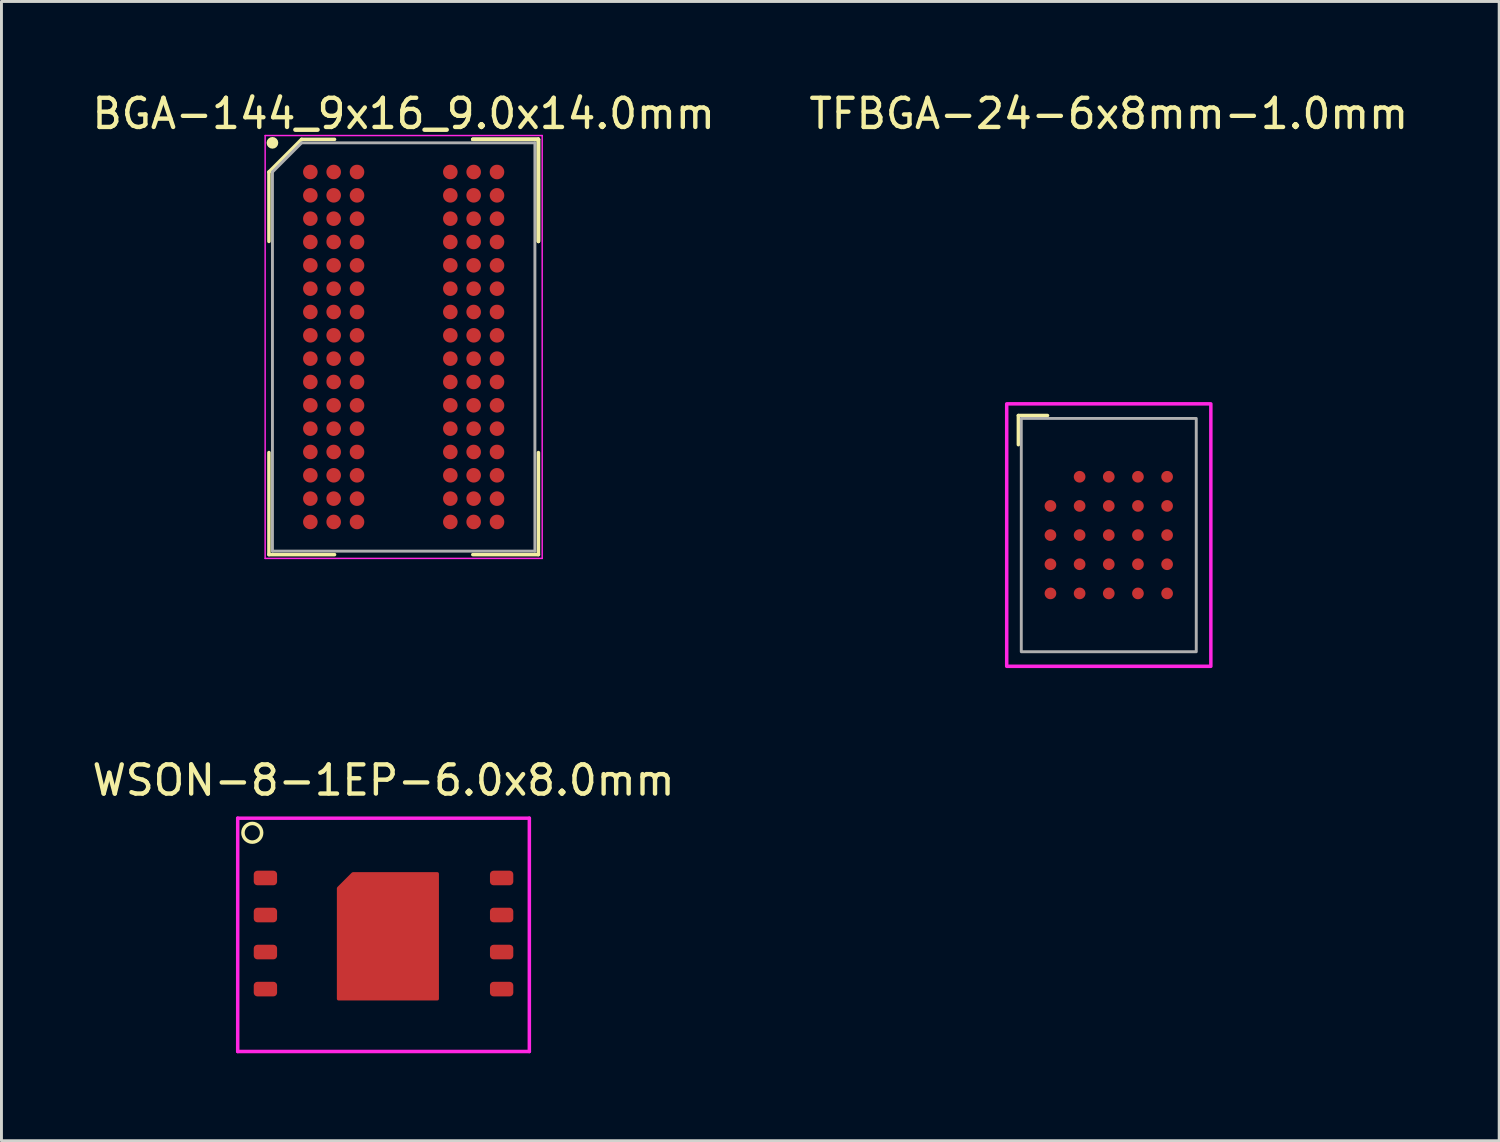
<source format=kicad_pcb>
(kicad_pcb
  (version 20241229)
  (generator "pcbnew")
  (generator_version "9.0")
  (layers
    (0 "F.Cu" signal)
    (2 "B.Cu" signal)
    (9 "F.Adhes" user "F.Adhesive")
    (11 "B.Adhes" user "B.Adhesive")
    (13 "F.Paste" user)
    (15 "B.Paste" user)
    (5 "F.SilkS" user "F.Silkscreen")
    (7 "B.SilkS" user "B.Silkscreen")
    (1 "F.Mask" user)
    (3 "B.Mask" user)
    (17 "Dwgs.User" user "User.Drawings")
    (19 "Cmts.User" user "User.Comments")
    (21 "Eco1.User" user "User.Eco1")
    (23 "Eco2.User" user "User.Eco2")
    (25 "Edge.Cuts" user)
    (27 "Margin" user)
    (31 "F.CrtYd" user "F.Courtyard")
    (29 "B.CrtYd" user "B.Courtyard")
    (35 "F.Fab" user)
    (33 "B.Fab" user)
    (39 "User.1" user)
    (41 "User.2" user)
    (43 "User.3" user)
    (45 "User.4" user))
  (footprint "WSON-8-1EP-6.0x8.0mm"
    (layer "F.Cu")
    (at 10.101 29.006)
    (property "Reference" "WSON-8-1EP-6.0x8.0mm" (at 0 -5.3 0) (layer "F.SilkS") (effects (font (size 1 1) (thickness 0.15))))
    (fp_circle (center -4.5 -3.5) (end -4.75 -3.7) (stroke (width 0.12) (type solid)) (fill no) (layer "F.SilkS"))
    (fp_poly (pts (xy 0 0.5) (xy -1.4 0.5) (xy -1.4 -0.35) (xy 0 -0.35)) (stroke (width 0.12) (type solid)) (fill yes) (layer "F.Paste"))
    (fp_poly (pts (xy 0 2.1) (xy -1.4 2.1) (xy -1.4 0.75) (xy 0 0.75)) (stroke (width 0.12) (type solid)) (fill yes) (layer "F.Paste"))
    (fp_poly (pts (xy 1.65 0.5) (xy 0.25 0.5) (xy 0.25 -0.35) (xy 1.65 -0.35)) (stroke (width 0.12) (type solid)) (fill yes) (layer "F.Paste"))
    (fp_poly (pts (xy 1.7 -0.6) (xy 0.3 -0.6) (xy 0.3 -1.95) (xy 1.7 -1.95)) (stroke (width 0.12) (type solid)) (fill yes) (layer "F.Paste"))
    (fp_poly (pts (xy 1.7 2.1) (xy 0.3 2.1) (xy 0.3 0.75) (xy 1.7 0.75)) (stroke (width 0.12) (type solid)) (fill yes) (layer "F.Paste"))
    (fp_poly (pts (xy 0 -0.6) (xy -1.4 -0.6) (xy -1.4 -1.6) (xy -1.2 -1.8) (xy -1.05 -1.95) (xy 0 -1.95)) (stroke (width 0.12) (type solid)) (fill yes) (layer "F.Paste"))
    (fp_line (start -5 -4) (end 5 -4) (stroke (width 0.12) (type solid)) (layer "F.CrtYd"))
    (fp_line (start -5 4) (end -5 -4) (stroke (width 0.12) (type solid)) (layer "F.CrtYd"))
    (fp_line (start 5 -4) (end 5 4) (stroke (width 0.12) (type solid)) (layer "F.CrtYd"))
    (fp_line (start 5 4) (end -5 4) (stroke (width 0.12) (type solid)) (layer "F.CrtYd"))
    (pad "1" smd roundrect (at -4.05 -1.95) (size 0.8 0.5) (layers "F.Cu" "F.Mask" "F.Paste") (roundrect_rratio 0.25))
    (pad "2" smd roundrect (at -4.05 -0.68) (size 0.8 0.5) (layers "F.Cu" "F.Mask" "F.Paste") (roundrect_rratio 0.25))
    (pad "3" smd roundrect (at -4.05 0.59) (size 0.8 0.5) (layers "F.Cu" "F.Mask" "F.Paste") (roundrect_rratio 0.25))
    (pad "4" smd roundrect (at -4.05 1.86) (size 0.8 0.5) (layers "F.Cu" "F.Mask" "F.Paste") (roundrect_rratio 0.25))
    (pad "5" smd roundrect (at 4.05 1.86) (size 0.8 0.5) (layers "F.Cu" "F.Mask" "F.Paste") (roundrect_rratio 0.25))
    (pad "6" smd roundrect (at 4.05 0.59) (size 0.8 0.5) (layers "F.Cu" "F.Mask" "F.Paste") (roundrect_rratio 0.25))
    (pad "7" smd roundrect (at 4.05 -0.68) (size 0.8 0.5) (layers "F.Cu" "F.Mask" "F.Paste") (roundrect_rratio 0.25))
    (pad "8" smd roundrect (at 4.05 -1.95) (size 0.8 0.5) (layers "F.Cu" "F.Mask" "F.Paste") (roundrect_rratio 0.25))
    (pad "9" smd custom (at 0 0) (size 0.7 0.7) (layers "F.Cu" "F.Mask") (options (anchor circle)) (primitives (gr_poly (pts (xy -1.55 -1.6) (xy -1.55 2.2) (xy 1.85 2.2) (xy 1.85 -2.1) (xy -1.05 -2.1) (xy -1.3 -1.85)) (width 0.1) (fill yes)))))
  (footprint "BGA-144_9x16_9.0x14.0mm"
    (layer "F.Cu")
    (at 10.792 8.848)
    (property "Reference" "BGA-144_9x16_9.0x14.0mm" (at 0 -8 0) (layer "F.SilkS") (effects (font (size 1 1) (thickness 0.15))))
    (attr through_hole)
    (fp_line (start -4.62 -6) (end -4.62 -3.62) (stroke (width 0.12) (type solid)) (layer "F.SilkS"))
    (fp_line (start -4.62 7.12) (end -4.62 3.62) (stroke (width 0.12) (type solid)) (layer "F.SilkS"))
    (fp_line (start -3.5 -7.12) (end -4.62 -6) (stroke (width 0.12) (type solid)) (layer "F.SilkS"))
    (fp_line (start -2.37 -7.12) (end -3.5 -7.12) (stroke (width 0.12) (type solid)) (layer "F.SilkS"))
    (fp_line (start -2.37 7.12) (end -4.62 7.12) (stroke (width 0.12) (type solid)) (layer "F.SilkS"))
    (fp_line (start 2.37 -7.12) (end 4.62 -7.12) (stroke (width 0.12) (type solid)) (layer "F.SilkS"))
    (fp_line (start 2.37 -7.12) (end 4.62 -7.12) (stroke (width 0.12) (type solid)) (layer "F.SilkS"))
    (fp_line (start 2.37 -7.12) (end 4.62 -7.12) (stroke (width 0.12) (type solid)) (layer "F.SilkS"))
    (fp_line (start 2.37 7.12) (end 4.62 7.12) (stroke (width 0.12) (type solid)) (layer "F.SilkS"))
    (fp_line (start 4.62 -7.12) (end 4.62 -3.62) (stroke (width 0.12) (type solid)) (layer "F.SilkS"))
    (fp_line (start 4.62 -7.12) (end 4.62 -3.62) (stroke (width 0.12) (type solid)) (layer "F.SilkS"))
    (fp_line (start 4.62 -7.12) (end 4.62 -3.62) (stroke (width 0.12) (type solid)) (layer "F.SilkS"))
    (fp_line (start 4.62 7.12) (end 4.62 3.62) (stroke (width 0.12) (type solid)) (layer "F.SilkS"))
    (fp_circle (center -4.5 -7) (end -4.5 -6.9) (stroke (width 0.2) (type solid)) (fill no) (layer "F.SilkS"))
    (fp_line (start -4.75 -7.25) (end 4.75 -7.25) (stroke (width 0.05) (type solid)) (layer "F.CrtYd"))
    (fp_line (start -4.75 7.25) (end -4.75 -7.25) (stroke (width 0.05) (type solid)) (layer "F.CrtYd"))
    (fp_line (start 4.75 -7.25) (end 4.75 7.25) (stroke (width 0.05) (type solid)) (layer "F.CrtYd"))
    (fp_line (start 4.75 7.25) (end -4.75 7.25) (stroke (width 0.05) (type solid)) (layer "F.CrtYd"))
    (fp_line (start -4.5 -6) (end -4.5 7) (stroke (width 0.1) (type solid)) (layer "F.Fab"))
    (fp_line (start -4.5 7) (end 4.5 7) (stroke (width 0.1) (type solid)) (layer "F.Fab"))
    (fp_line (start -3.5 -7) (end -4.5 -6) (stroke (width 0.1) (type solid)) (layer "F.Fab"))
    (fp_line (start 4.5 -7) (end -3.5 -7) (stroke (width 0.1) (type solid)) (layer "F.Fab"))
    (fp_line (start 4.5 7) (end 4.5 -7) (stroke (width 0.1) (type solid)) (layer "F.Fab"))
    (pad "A1" smd circle (at -3.2 -6) (size 0.5 0.5) (layers "F.Cu" "F.Mask" "F.Paste"))
    (pad "A2" smd circle (at -2.4 -6) (size 0.5 0.5) (layers "F.Cu" "F.Mask" "F.Paste"))
    (pad "A3" smd circle (at -1.6 -6) (size 0.5 0.5) (layers "F.Cu" "F.Mask" "F.Paste"))
    (pad "A7" smd circle (at 1.6 -6) (size 0.5 0.5) (layers "F.Cu" "F.Mask" "F.Paste"))
    (pad "A8" smd circle (at 2.4 -6) (size 0.5 0.5) (layers "F.Cu" "F.Mask" "F.Paste"))
    (pad "A9" smd circle (at 3.2 -6) (size 0.5 0.5) (layers "F.Cu" "F.Mask" "F.Paste"))
    (pad "B1" smd circle (at -3.2 -5.2) (size 0.5 0.5) (layers "F.Cu" "F.Mask" "F.Paste"))
    (pad "B2" smd circle (at -2.4 -5.2) (size 0.5 0.5) (layers "F.Cu" "F.Mask" "F.Paste"))
    (pad "B3" smd circle (at -1.6 -5.2) (size 0.5 0.5) (layers "F.Cu" "F.Mask" "F.Paste"))
    (pad "B7" smd circle (at 1.6 -5.2) (size 0.5 0.5) (layers "F.Cu" "F.Mask" "F.Paste"))
    (pad "B8" smd circle (at 2.4 -5.2) (size 0.5 0.5) (layers "F.Cu" "F.Mask" "F.Paste"))
    (pad "B9" smd circle (at 3.2 -5.2) (size 0.5 0.5) (layers "F.Cu" "F.Mask" "F.Paste"))
    (pad "C1" smd circle (at -3.2 -4.4) (size 0.5 0.5) (layers "F.Cu" "F.Mask" "F.Paste"))
    (pad "C2" smd circle (at -2.4 -4.4) (size 0.5 0.5) (layers "F.Cu" "F.Mask" "F.Paste"))
    (pad "C3" smd circle (at -1.6 -4.4) (size 0.5 0.5) (layers "F.Cu" "F.Mask" "F.Paste"))
    (pad "C7" smd circle (at 1.6 -4.4) (size 0.5 0.5) (layers "F.Cu" "F.Mask" "F.Paste"))
    (pad "C8" smd circle (at 2.4 -4.4) (size 0.5 0.5) (layers "F.Cu" "F.Mask" "F.Paste"))
    (pad "C9" smd circle (at 3.2 -4.4) (size 0.5 0.5) (layers "F.Cu" "F.Mask" "F.Paste"))
    (pad "D1" smd circle (at -3.2 -3.6) (size 0.5 0.5) (layers "F.Cu" "F.Mask" "F.Paste"))
    (pad "D2" smd circle (at -2.4 -3.6) (size 0.5 0.5) (layers "F.Cu" "F.Mask" "F.Paste"))
    (pad "D3" smd circle (at -1.6 -3.6) (size 0.5 0.5) (layers "F.Cu" "F.Mask" "F.Paste"))
    (pad "D7" smd circle (at 1.6 -3.6) (size 0.5 0.5) (layers "F.Cu" "F.Mask" "F.Paste"))
    (pad "D8" smd circle (at 2.4 -3.6) (size 0.5 0.5) (layers "F.Cu" "F.Mask" "F.Paste"))
    (pad "D9" smd circle (at 3.2 -3.6) (size 0.5 0.5) (layers "F.Cu" "F.Mask" "F.Paste"))
    (pad "E1" smd circle (at -3.2 -2.8) (size 0.5 0.5) (layers "F.Cu" "F.Mask" "F.Paste"))
    (pad "E2" smd circle (at -2.4 -2.8) (size 0.5 0.5) (layers "F.Cu" "F.Mask" "F.Paste"))
    (pad "E3" smd circle (at -1.6 -2.8) (size 0.5 0.5) (layers "F.Cu" "F.Mask" "F.Paste"))
    (pad "E7" smd circle (at 1.6 -2.8) (size 0.5 0.5) (layers "F.Cu" "F.Mask" "F.Paste"))
    (pad "E8" smd circle (at 2.4 -2.8) (size 0.5 0.5) (layers "F.Cu" "F.Mask" "F.Paste"))
    (pad "E9" smd circle (at 3.2 -2.8) (size 0.5 0.5) (layers "F.Cu" "F.Mask" "F.Paste"))
    (pad "F1" smd circle (at -3.2 -2) (size 0.5 0.5) (layers "F.Cu" "F.Mask" "F.Paste"))
    (pad "F2" smd circle (at -2.4 -2) (size 0.5 0.5) (layers "F.Cu" "F.Mask" "F.Paste"))
    (pad "F3" smd circle (at -1.6 -2) (size 0.5 0.5) (layers "F.Cu" "F.Mask" "F.Paste"))
    (pad "F7" smd circle (at 1.6 -2) (size 0.5 0.5) (layers "F.Cu" "F.Mask" "F.Paste"))
    (pad "F8" smd circle (at 2.4 -2) (size 0.5 0.5) (layers "F.Cu" "F.Mask" "F.Paste"))
    (pad "F9" smd circle (at 3.2 -2) (size 0.5 0.5) (layers "F.Cu" "F.Mask" "F.Paste"))
    (pad "G1" smd circle (at -3.2 -1.2) (size 0.5 0.5) (layers "F.Cu" "F.Mask" "F.Paste"))
    (pad "G2" smd circle (at -2.4 -1.2) (size 0.5 0.5) (layers "F.Cu" "F.Mask" "F.Paste"))
    (pad "G3" smd circle (at -1.6 -1.2) (size 0.5 0.5) (layers "F.Cu" "F.Mask" "F.Paste"))
    (pad "G7" smd circle (at 1.6 -1.2) (size 0.5 0.5) (layers "F.Cu" "F.Mask" "F.Paste"))
    (pad "G8" smd circle (at 2.4 -1.2) (size 0.5 0.5) (layers "F.Cu" "F.Mask" "F.Paste"))
    (pad "G9" smd circle (at 3.2 -1.2) (size 0.5 0.5) (layers "F.Cu" "F.Mask" "F.Paste"))
    (pad "H1" smd circle (at -3.2 -0.4) (size 0.5 0.5) (layers "F.Cu" "F.Mask" "F.Paste"))
    (pad "H2" smd circle (at -2.4 -0.4) (size 0.5 0.5) (layers "F.Cu" "F.Mask" "F.Paste"))
    (pad "H3" smd circle (at -1.6 -0.4) (size 0.5 0.5) (layers "F.Cu" "F.Mask" "F.Paste"))
    (pad "H7" smd circle (at 1.6 -0.4) (size 0.5 0.5) (layers "F.Cu" "F.Mask" "F.Paste"))
    (pad "H8" smd circle (at 2.4 -0.4) (size 0.5 0.5) (layers "F.Cu" "F.Mask" "F.Paste"))
    (pad "H9" smd circle (at 3.2 -0.4) (size 0.5 0.5) (layers "F.Cu" "F.Mask" "F.Paste"))
    (pad "J1" smd circle (at -3.2 0.4) (size 0.5 0.5) (layers "F.Cu" "F.Mask" "F.Paste"))
    (pad "J2" smd circle (at -2.4 0.4) (size 0.5 0.5) (layers "F.Cu" "F.Mask" "F.Paste"))
    (pad "J3" smd circle (at -1.6 0.4) (size 0.5 0.5) (layers "F.Cu" "F.Mask" "F.Paste"))
    (pad "J7" smd circle (at 1.6 0.4) (size 0.5 0.5) (layers "F.Cu" "F.Mask" "F.Paste"))
    (pad "J8" smd circle (at 2.4 0.4) (size 0.5 0.5) (layers "F.Cu" "F.Mask" "F.Paste"))
    (pad "J9" smd circle (at 3.2 0.4) (size 0.5 0.5) (layers "F.Cu" "F.Mask" "F.Paste"))
    (pad "K1" smd circle (at -3.2 1.2) (size 0.5 0.5) (layers "F.Cu" "F.Mask" "F.Paste"))
    (pad "K2" smd circle (at -2.4 1.2) (size 0.5 0.5) (layers "F.Cu" "F.Mask" "F.Paste"))
    (pad "K3" smd circle (at -1.6 1.2) (size 0.5 0.5) (layers "F.Cu" "F.Mask" "F.Paste"))
    (pad "K7" smd circle (at 1.6 1.2) (size 0.5 0.5) (layers "F.Cu" "F.Mask" "F.Paste"))
    (pad "K8" smd circle (at 2.4 1.2) (size 0.5 0.5) (layers "F.Cu" "F.Mask" "F.Paste"))
    (pad "K9" smd circle (at 3.2 1.2) (size 0.5 0.5) (layers "F.Cu" "F.Mask" "F.Paste"))
    (pad "L1" smd circle (at -3.2 2) (size 0.5 0.5) (layers "F.Cu" "F.Mask" "F.Paste"))
    (pad "L2" smd circle (at -2.4 2) (size 0.5 0.5) (layers "F.Cu" "F.Mask" "F.Paste"))
    (pad "L3" smd circle (at -1.6 2) (size 0.5 0.5) (layers "F.Cu" "F.Mask" "F.Paste"))
    (pad "L7" smd circle (at 1.6 2) (size 0.5 0.5) (layers "F.Cu" "F.Mask" "F.Paste"))
    (pad "L8" smd circle (at 2.4 2) (size 0.5 0.5) (layers "F.Cu" "F.Mask" "F.Paste"))
    (pad "L9" smd circle (at 3.2 2) (size 0.5 0.5) (layers "F.Cu" "F.Mask" "F.Paste"))
    (pad "M1" smd circle (at -3.2 2.8) (size 0.5 0.5) (layers "F.Cu" "F.Mask" "F.Paste"))
    (pad "M2" smd circle (at -2.4 2.8) (size 0.5 0.5) (layers "F.Cu" "F.Mask" "F.Paste"))
    (pad "M3" smd circle (at -1.6 2.8) (size 0.5 0.5) (layers "F.Cu" "F.Mask" "F.Paste"))
    (pad "M7" smd circle (at 1.6 2.8) (size 0.5 0.5) (layers "F.Cu" "F.Mask" "F.Paste"))
    (pad "M8" smd circle (at 2.4 2.8) (size 0.5 0.5) (layers "F.Cu" "F.Mask" "F.Paste"))
    (pad "M9" smd circle (at 3.2 2.8) (size 0.5 0.5) (layers "F.Cu" "F.Mask" "F.Paste"))
    (pad "N1" smd circle (at -3.2 3.6) (size 0.5 0.5) (layers "F.Cu" "F.Mask" "F.Paste"))
    (pad "N2" smd circle (at -2.4 3.6) (size 0.5 0.5) (layers "F.Cu" "F.Mask" "F.Paste"))
    (pad "N3" smd circle (at -1.6 3.6) (size 0.5 0.5) (layers "F.Cu" "F.Mask" "F.Paste"))
    (pad "N7" smd circle (at 1.6 3.6) (size 0.5 0.5) (layers "F.Cu" "F.Mask" "F.Paste"))
    (pad "N8" smd circle (at 2.4 3.6) (size 0.5 0.5) (layers "F.Cu" "F.Mask" "F.Paste"))
    (pad "N9" smd circle (at 3.2 3.6) (size 0.5 0.5) (layers "F.Cu" "F.Mask" "F.Paste"))
    (pad "P1" smd circle (at -3.2 4.4) (size 0.5 0.5) (layers "F.Cu" "F.Mask" "F.Paste"))
    (pad "P2" smd circle (at -2.4 4.4) (size 0.5 0.5) (layers "F.Cu" "F.Mask" "F.Paste"))
    (pad "P3" smd circle (at -1.6 4.4) (size 0.5 0.5) (layers "F.Cu" "F.Mask" "F.Paste"))
    (pad "P7" smd circle (at 1.6 4.4) (size 0.5 0.5) (layers "F.Cu" "F.Mask" "F.Paste"))
    (pad "P8" smd circle (at 2.4 4.4) (size 0.5 0.5) (layers "F.Cu" "F.Mask" "F.Paste"))
    (pad "P9" smd circle (at 3.2 4.4) (size 0.5 0.5) (layers "F.Cu" "F.Mask" "F.Paste"))
    (pad "R1" smd circle (at -3.2 5.2) (size 0.5 0.5) (layers "F.Cu" "F.Mask" "F.Paste"))
    (pad "R2" smd circle (at -2.4 5.2) (size 0.5 0.5) (layers "F.Cu" "F.Mask" "F.Paste"))
    (pad "R3" smd circle (at -1.6 5.2) (size 0.5 0.5) (layers "F.Cu" "F.Mask" "F.Paste"))
    (pad "R7" smd circle (at 1.6 5.2) (size 0.5 0.5) (layers "F.Cu" "F.Mask" "F.Paste"))
    (pad "R8" smd circle (at 2.4 5.2) (size 0.5 0.5) (layers "F.Cu" "F.Mask" "F.Paste"))
    (pad "R9" smd circle (at 3.2 5.2) (size 0.5 0.5) (layers "F.Cu" "F.Mask" "F.Paste"))
    (pad "T1" smd circle (at -3.2 6) (size 0.5 0.5) (layers "F.Cu" "F.Mask" "F.Paste"))
    (pad "T2" smd circle (at -2.4 6) (size 0.5 0.5) (layers "F.Cu" "F.Mask" "F.Paste"))
    (pad "T3" smd circle (at -1.6 6) (size 0.5 0.5) (layers "F.Cu" "F.Mask" "F.Paste"))
    (pad "T7" smd circle (at 1.6 6) (size 0.5 0.5) (layers "F.Cu" "F.Mask" "F.Paste"))
    (pad "T8" smd circle (at 2.4 6) (size 0.5 0.5) (layers "F.Cu" "F.Mask" "F.Paste"))
    (pad "T9" smd circle (at 3.2 6) (size 0.5 0.5) (layers "F.Cu" "F.Mask" "F.Paste")))
  (footprint "TFBGA-24-6x8mm-1.0mm"
    (layer "F.Cu")
    (at 34.97 15.298)
    (property "Reference" "TFBGA-24-6x8mm-1.0mm" (at 0 -14.45 0) (unlocked yes) (layer "F.SilkS") (effects (font (size 1 1) (thickness 0.15))))
    (attr smd)
    (fp_line (start -3.1 -4.1) (end -3.1 -3.1) (stroke (width 0.12) (type solid)) (layer "F.SilkS"))
    (fp_line (start -3.1 -4.1) (end -2.1 -4.1) (stroke (width 0.12) (type solid)) (layer "F.SilkS"))
    (fp_rect (start -3.5 4.5) (end 3.5 -4.5) (stroke (width 0.12) (type solid)) (fill no) (layer "F.CrtYd"))
    (fp_rect (start -3 4) (end 3 -4) (stroke (width 0.1) (type solid)) (fill no) (layer "F.Fab"))
    (pad "A2" smd circle (at -1 -2) (size 0.4 0.4) (layers "F.Cu" "F.Mask" "F.Paste"))
    (pad "A3" smd circle (at 0 -2) (size 0.4 0.4) (layers "F.Cu" "F.Mask" "F.Paste"))
    (pad "A4" smd circle (at 1 -2) (size 0.4 0.4) (layers "F.Cu" "F.Mask" "F.Paste"))
    (pad "A5" smd circle (at 2 -2) (size 0.4 0.4) (layers "F.Cu" "F.Mask" "F.Paste"))
    (pad "B1" smd circle (at -2 -1) (size 0.4 0.4) (layers "F.Cu" "F.Mask" "F.Paste"))
    (pad "B2" smd circle (at -1 -1) (size 0.4 0.4) (layers "F.Cu" "F.Mask" "F.Paste"))
    (pad "B3" smd circle (at 0 -1) (size 0.4 0.4) (layers "F.Cu" "F.Mask" "F.Paste"))
    (pad "B4" smd circle (at 1 -1) (size 0.4 0.4) (layers "F.Cu" "F.Mask" "F.Paste"))
    (pad "B5" smd circle (at 2 -1) (size 0.4 0.4) (layers "F.Cu" "F.Mask" "F.Paste"))
    (pad "C1" smd circle (at -2 0) (size 0.4 0.4) (layers "F.Cu" "F.Mask" "F.Paste"))
    (pad "C2" smd circle (at -1 0) (size 0.4 0.4) (layers "F.Cu" "F.Mask" "F.Paste"))
    (pad "C3" smd circle (at 0 0) (size 0.4 0.4) (layers "F.Cu" "F.Mask" "F.Paste"))
    (pad "C4" smd circle (at 1 0) (size 0.4 0.4) (layers "F.Cu" "F.Mask" "F.Paste"))
    (pad "C5" smd circle (at 2 0) (size 0.4 0.4) (layers "F.Cu" "F.Mask" "F.Paste"))
    (pad "D1" smd circle (at -2 1) (size 0.4 0.4) (layers "F.Cu" "F.Mask" "F.Paste"))
    (pad "D2" smd circle (at -1 1) (size 0.4 0.4) (layers "F.Cu" "F.Mask" "F.Paste"))
    (pad "D3" smd circle (at 0 1) (size 0.4 0.4) (layers "F.Cu" "F.Mask" "F.Paste"))
    (pad "D4" smd circle (at 1 1) (size 0.4 0.4) (layers "F.Cu" "F.Mask" "F.Paste"))
    (pad "D5" smd circle (at 2 1) (size 0.4 0.4) (layers "F.Cu" "F.Mask" "F.Paste"))
    (pad "E1" smd circle (at -2 2) (size 0.4 0.4) (layers "F.Cu" "F.Mask" "F.Paste"))
    (pad "E2" smd circle (at -1 2) (size 0.4 0.4) (layers "F.Cu" "F.Mask" "F.Paste"))
    (pad "E3" smd circle (at 0 2) (size 0.4 0.4) (layers "F.Cu" "F.Mask" "F.Paste"))
    (pad "E4" smd circle (at 1 2) (size 0.4 0.4) (layers "F.Cu" "F.Mask" "F.Paste"))
    (pad "E5" smd circle (at 2 2) (size 0.4 0.4) (layers "F.Cu" "F.Mask" "F.Paste")))
  (gr_rect
    (start -3 -3)
    (end 48.357 36.066)
    (stroke (width 0.1) (type default))
    (fill no)
    (layer "Edge.Cuts")))
</source>
